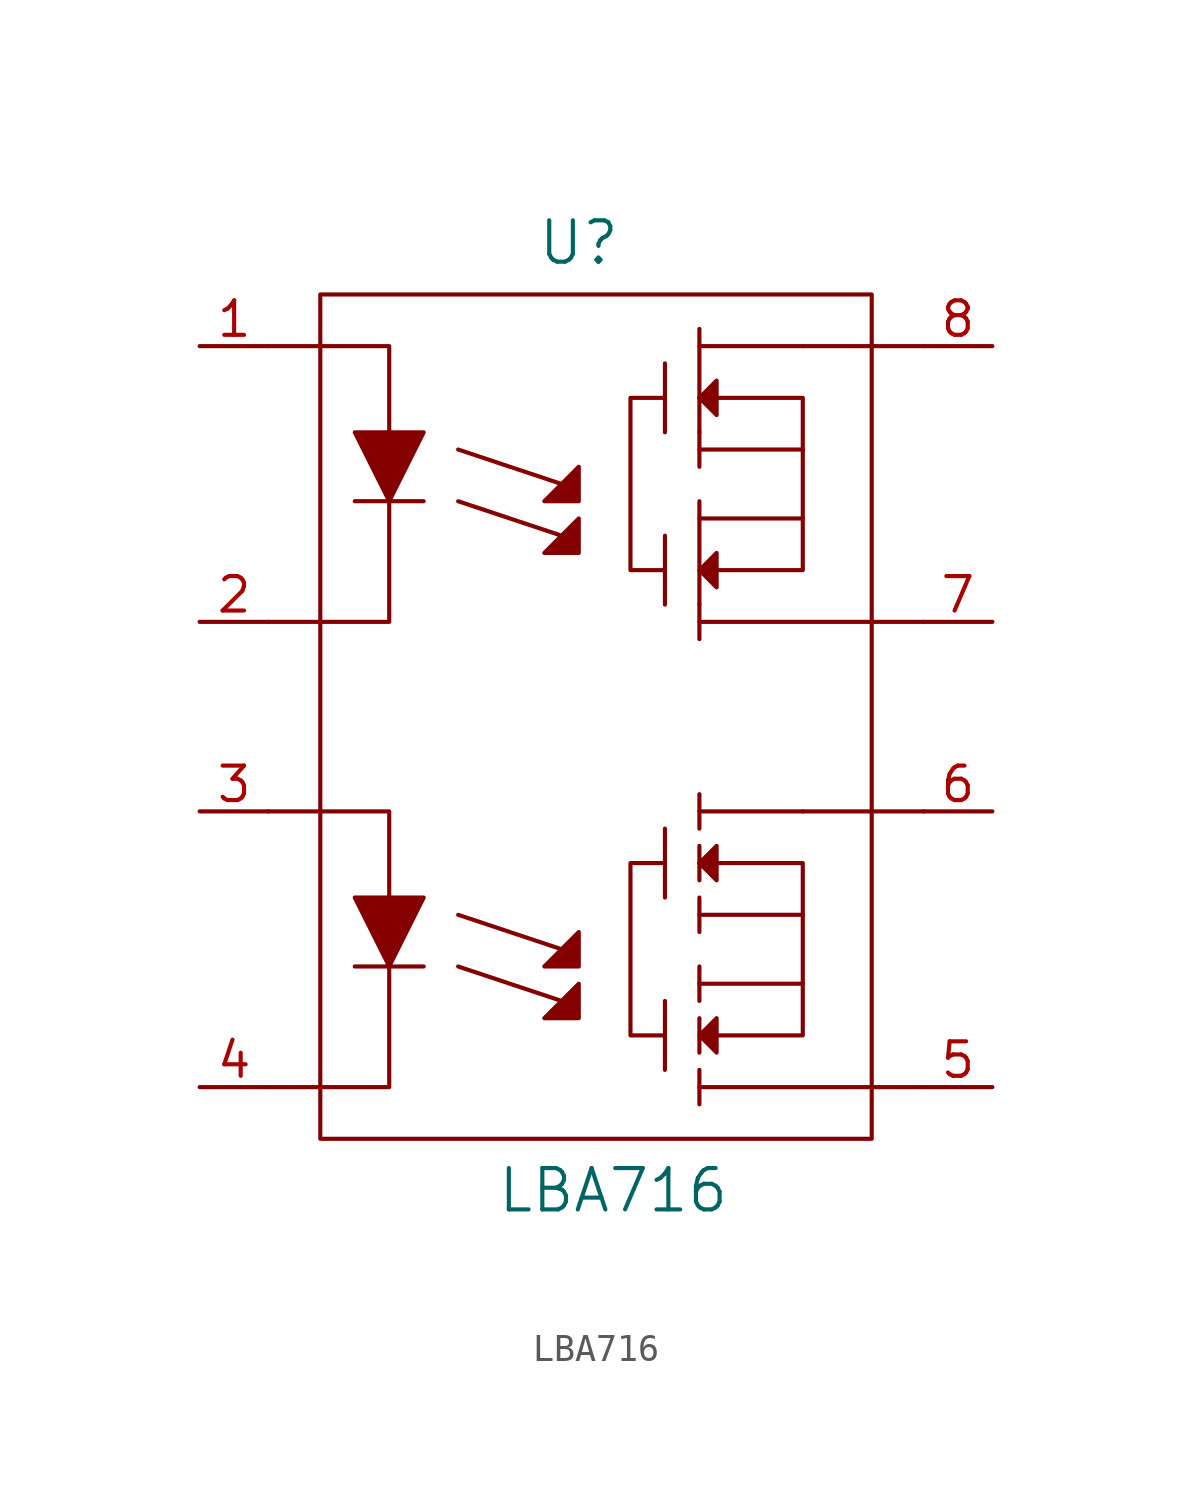
<source format=kicad_sym>
(kicad_symbol_lib
  (version 20211014)
  (generator kicad_symbol_editor)
  (symbol "LBA716"
    (pin_names
      (offset 0.762))
    (property "Reference" "U"
      (at -0.635 17.145 0)
      (effects (font (size 1.524 1.524))))
    (property "Value" "LBA716"
      (at 0.635 -17.78 0)
      (effects (font (size 1.524 1.524))))
    (property "Footprint" ""
      (at 0 0 0)
      (effects (font (size 1.524 1.524))))
    (property "Datasheet" ""
      (at 0 0 0)
      (effects (font (size 1.524 1.524))))
    (symbol "LBA716_0_1"
      (rectangle (start -10.16 15.24) (end 10.16 -15.875) (stroke (width 0) (type default) (color 0 0 0 0)) (fill (type none)))
      (polyline (pts (xy -8.89 -9.525) (xy -6.35 -9.525)) (stroke (width 0) (type default) (color 0 0 0 0)) (fill (type none)))
      (polyline (pts (xy -8.89 7.62) (xy -6.35 7.62)) (stroke (width 0) (type default) (color 0 0 0 0)) (fill (type none)))
      (polyline (pts (xy 2.54 -10.795) (xy 2.54 -13.335)) (stroke (width 0) (type default) (color 0 0 0 0)) (fill (type none)))
      (polyline (pts (xy 2.54 -4.445) (xy 2.54 -6.985)) (stroke (width 0) (type default) (color 0 0 0 0)) (fill (type none)))
      (polyline (pts (xy 2.54 6.35) (xy 2.54 3.81)) (stroke (width 0) (type default) (color 0 0 0 0)) (fill (type none)))
      (polyline (pts (xy 2.54 12.7) (xy 2.54 10.16)) (stroke (width 0) (type default) (color 0 0 0 0)) (fill (type none)))
      (polyline (pts (xy 3.81 -13.97) (xy 12.065 -13.97)) (stroke (width 0) (type default) (color 0 0 0 0)) (fill (type none)))
      (polyline (pts (xy 3.81 -13.335) (xy 3.81 -14.605)) (stroke (width 0) (type default) (color 0 0 0 0)) (fill (type none)))
      (polyline (pts (xy 3.81 -11.43) (xy 3.81 -12.7)) (stroke (width 0) (type default) (color 0 0 0 0)) (fill (type none)))
      (polyline (pts (xy 3.81 -9.525) (xy 3.81 -10.795)) (stroke (width 0) (type default) (color 0 0 0 0)) (fill (type none)))
      (polyline (pts (xy 3.81 -6.985) (xy 3.81 -8.255)) (stroke (width 0) (type default) (color 0 0 0 0)) (fill (type none)))
      (polyline (pts (xy 3.81 -3.175) (xy 3.81 -4.445)) (stroke (width 0) (type default) (color 0 0 0 0)) (fill (type none)))
      (polyline (pts (xy 3.81 3.175) (xy 12.065 3.175)) (stroke (width 0) (type default) (color 0 0 0 0)) (fill (type none)))
      (polyline (pts (xy 3.81 3.81) (xy 3.81 2.54)) (stroke (width 0) (type default) (color 0 0 0 0)) (fill (type none)))
      (polyline (pts (xy 3.81 10.16) (xy 3.81 8.89)) (stroke (width 0) (type default) (color 0 0 0 0)) (fill (type none)))
      (polyline (pts (xy 7.62 -7.62) (xy 3.81 -7.62)) (stroke (width 0) (type default) (color 0 0 0 0)) (fill (type none)))
      (polyline (pts (xy 7.62 -3.81) (xy 3.81 -3.81)) (stroke (width 0) (type default) (color 0 0 0 0)) (fill (type none)))
      (polyline (pts (xy 7.62 -3.81) (xy 12.065 -3.81)) (stroke (width 0) (type default) (color 0 0 0 0)) (fill (type none)))
      (polyline (pts (xy 7.62 9.525) (xy 3.81 9.525)) (stroke (width 0) (type default) (color 0 0 0 0)) (fill (type none)))
      (polyline (pts (xy 7.62 13.335) (xy 3.81 13.335)) (stroke (width 0) (type default) (color 0 0 0 0)) (fill (type none)))
      (polyline (pts (xy 7.62 13.335) (xy 12.065 13.335)) (stroke (width 0) (type default) (color 0 0 0 0)) (fill (type none)))
      (polyline (pts (xy -7.62 -9.525) (xy -7.62 -13.97) (xy -12.065 -13.97)) (stroke (width 0) (type default) (color 0 0 0 0)) (fill (type none)))
      (polyline (pts (xy -7.62 -6.985) (xy -7.62 -3.81) (xy -12.065 -3.81)) (stroke (width 0) (type default) (color 0 0 0 0)) (fill (type none)))
      (polyline (pts (xy -7.62 7.62) (xy -7.62 3.175) (xy -12.065 3.175)) (stroke (width 0) (type default) (color 0 0 0 0)) (fill (type none)))
      (polyline (pts (xy -7.62 10.16) (xy -7.62 13.335) (xy -12.065 13.335)) (stroke (width 0) (type default) (color 0 0 0 0)) (fill (type none)))
      (polyline (pts (xy 3.81 -10.16) (xy 7.62 -10.16) (xy 7.62 -7.62)) (stroke (width 0) (type default) (color 0 0 0 0)) (fill (type none)))
      (polyline (pts (xy 3.81 -5.08) (xy 3.81 -6.35) (xy 3.81 -5.08)) (stroke (width 0) (type default) (color 0 0 0 0)) (fill (type none)))
      (polyline (pts (xy 3.81 6.985) (xy 7.62 6.985) (xy 7.62 9.525)) (stroke (width 0) (type default) (color 0 0 0 0)) (fill (type none)))
      (polyline (pts (xy 3.81 7.62) (xy 3.81 5.08) (xy 3.81 3.81)) (stroke (width 0) (type default) (color 0 0 0 0)) (fill (type none)))
      (polyline (pts (xy 3.81 13.97) (xy 3.81 11.43) (xy 3.81 10.16)) (stroke (width 0) (type default) (color 0 0 0 0)) (fill (type none)))
      (polyline (pts (xy 4.445 -12.065) (xy 7.62 -12.065) (xy 7.62 -10.16)) (stroke (width 0) (type default) (color 0 0 0 0)) (fill (type none)))
      (polyline (pts (xy 4.445 5.08) (xy 7.62 5.08) (xy 7.62 6.985)) (stroke (width 0) (type default) (color 0 0 0 0)) (fill (type none)))
      (polyline (pts (xy 7.62 -7.62) (xy 7.62 -5.715) (xy 3.81 -5.715)) (stroke (width 0) (type default) (color 0 0 0 0)) (fill (type none)))
      (polyline (pts (xy 7.62 9.525) (xy 7.62 11.43) (xy 3.81 11.43)) (stroke (width 0) (type default) (color 0 0 0 0)) (fill (type none)))
      (polyline (pts (xy -8.89 -6.985) (xy -6.35 -6.985) (xy -7.62 -9.525) (xy -8.89 -6.985)) (stroke (width 0) (type default) (color 0 0 0 0)) (fill (type outline)))
      (polyline (pts (xy -8.89 10.16) (xy -6.35 10.16) (xy -7.62 7.62) (xy -8.89 10.16)) (stroke (width 0) (type default) (color 0 0 0 0)) (fill (type outline)))
      (polyline (pts (xy 2.54 -5.715) (xy 1.27 -5.715) (xy 1.27 -12.065) (xy 2.54 -12.065)) (stroke (width 0) (type default) (color 0 0 0 0)) (fill (type none)))
      (polyline (pts (xy 2.54 11.43) (xy 1.27 11.43) (xy 1.27 5.08) (xy 2.54 5.08)) (stroke (width 0) (type default) (color 0 0 0 0)) (fill (type none)))
      (polyline (pts (xy 4.445 -11.43) (xy 3.81 -12.065) (xy 4.445 -12.7) (xy 4.445 -11.43)) (stroke (width 0) (type default) (color 0 0 0 0)) (fill (type outline)))
      (polyline (pts (xy 4.445 -5.08) (xy 3.81 -5.715) (xy 4.445 -6.35) (xy 4.445 -5.08)) (stroke (width 0) (type default) (color 0 0 0 0)) (fill (type outline)))
      (polyline (pts (xy 4.445 5.715) (xy 3.81 5.08) (xy 4.445 4.445) (xy 4.445 5.715)) (stroke (width 0) (type default) (color 0 0 0 0)) (fill (type outline)))
      (polyline (pts (xy 4.445 12.065) (xy 3.81 11.43) (xy 4.445 10.795) (xy 4.445 12.065)) (stroke (width 0) (type default) (color 0 0 0 0)) (fill (type outline)))
      (polyline (pts (xy -5.08 -9.525) (xy -1.27 -10.795) (xy -0.635 -10.16) (xy -0.635 -11.43) (xy -1.905 -11.43) (xy -1.27 -10.795)) (stroke (width 0) (type default) (color 0 0 0 0)) (fill (type outline)))
      (polyline (pts (xy -5.08 -7.62) (xy -1.27 -8.89) (xy -0.635 -8.255) (xy -0.635 -9.525) (xy -1.905 -9.525) (xy -1.27 -8.89)) (stroke (width 0) (type default) (color 0 0 0 0)) (fill (type outline)))
      (polyline (pts (xy -5.08 7.62) (xy -1.27 6.35) (xy -0.635 6.985) (xy -0.635 5.715) (xy -1.905 5.715) (xy -1.27 6.35)) (stroke (width 0) (type default) (color 0 0 0 0)) (fill (type outline)))
      (polyline (pts (xy -5.08 9.525) (xy -1.27 8.255) (xy -0.635 8.89) (xy -0.635 7.62) (xy -1.905 7.62) (xy -1.27 8.255)) (stroke (width 0) (type default) (color 0 0 0 0)) (fill (type outline))))
    (symbol "LBA716_1_1"
      (pin input line (at -14.605 13.335 0) (length 2.54) (name "~" (effects (font (size 1.27 1.27)))) (number "1" (effects (font (size 1.27 1.27)))))
      (pin input line (at -14.605 3.175 0) (length 2.54) (name "~" (effects (font (size 1.27 1.27)))) (number "2" (effects (font (size 1.27 1.27)))))
      (pin input line (at -14.605 -3.81 0) (length 2.54) (name "~" (effects (font (size 1.27 1.27)))) (number "3" (effects (font (size 1.27 1.27)))))
      (pin input line (at -14.605 -13.97 0) (length 2.54) (name "~" (effects (font (size 1.27 1.27)))) (number "4" (effects (font (size 1.27 1.27)))))
      (pin output line (at 14.605 -13.97 180) (length 2.54) (name "~" (effects (font (size 1.27 1.27)))) (number "5" (effects (font (size 1.27 1.27)))))
      (pin input line (at 14.605 -3.81 180) (length 2.54) (name "~" (effects (font (size 1.27 1.27)))) (number "6" (effects (font (size 1.27 1.27)))))
      (pin output line (at 14.605 3.175 180) (length 2.54) (name "~" (effects (font (size 1.27 1.27)))) (number "7" (effects (font (size 1.27 1.27)))))
      (pin input line (at 14.605 13.335 180) (length 2.54) (name "~" (effects (font (size 1.27 1.27)))) (number "8" (effects (font (size 1.27 1.27))))))))
</source>
